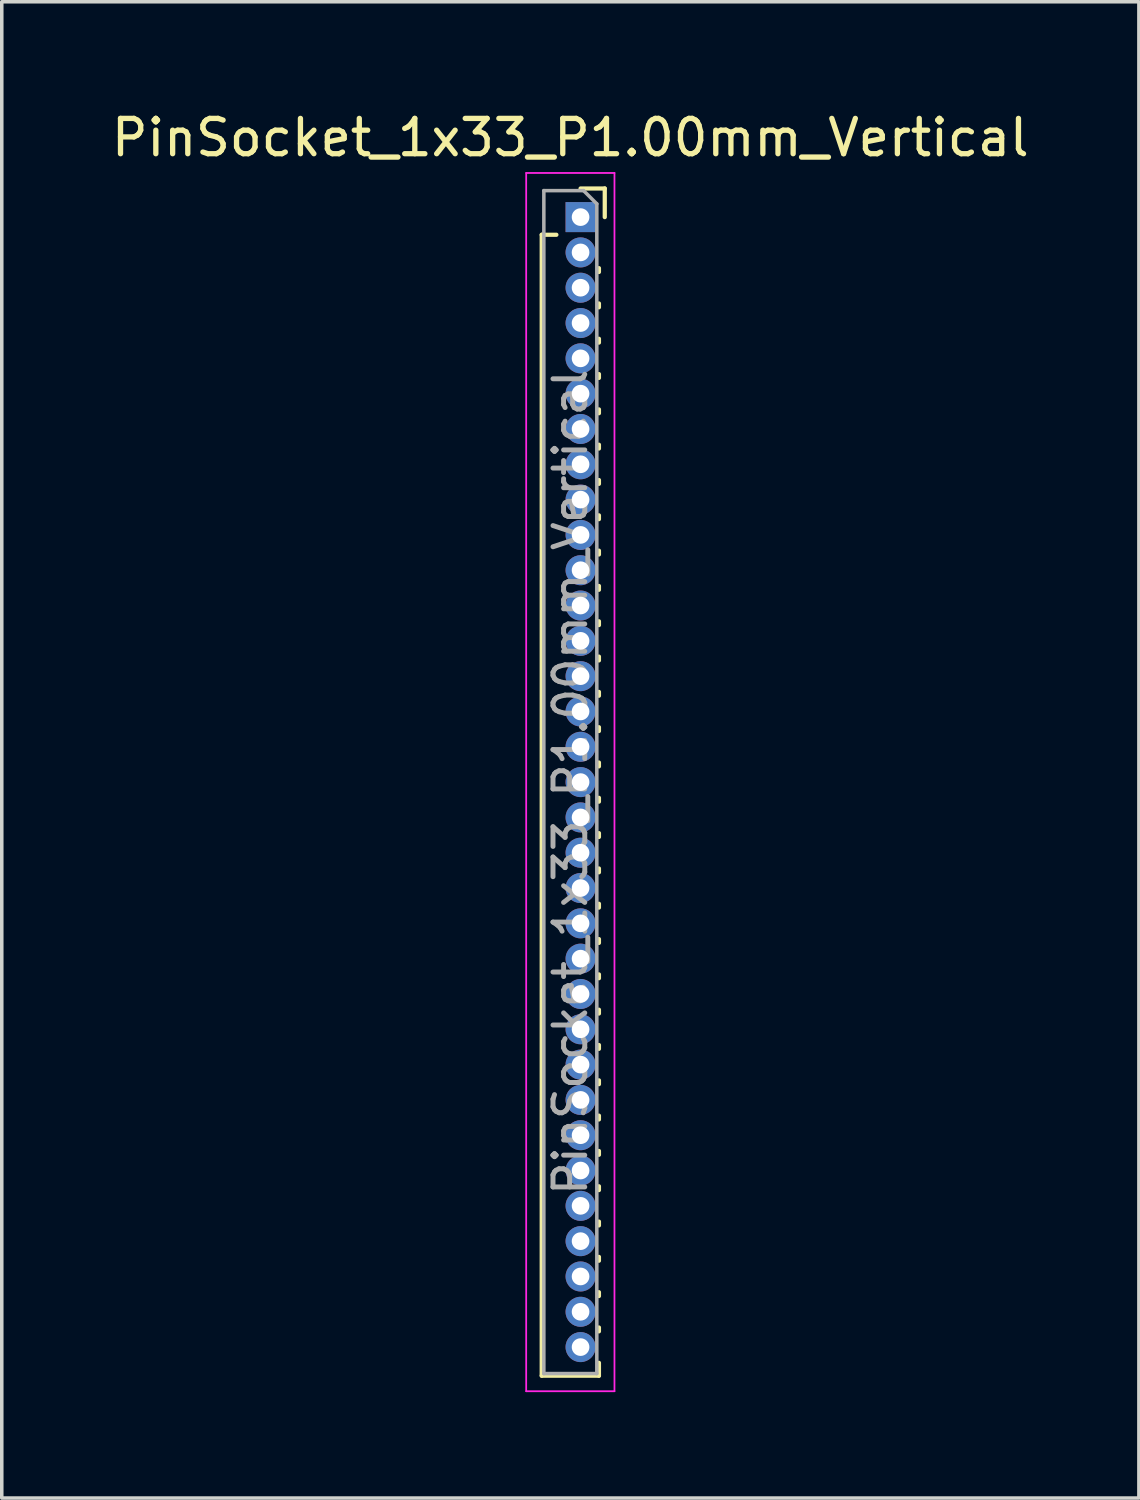
<source format=kicad_pcb>
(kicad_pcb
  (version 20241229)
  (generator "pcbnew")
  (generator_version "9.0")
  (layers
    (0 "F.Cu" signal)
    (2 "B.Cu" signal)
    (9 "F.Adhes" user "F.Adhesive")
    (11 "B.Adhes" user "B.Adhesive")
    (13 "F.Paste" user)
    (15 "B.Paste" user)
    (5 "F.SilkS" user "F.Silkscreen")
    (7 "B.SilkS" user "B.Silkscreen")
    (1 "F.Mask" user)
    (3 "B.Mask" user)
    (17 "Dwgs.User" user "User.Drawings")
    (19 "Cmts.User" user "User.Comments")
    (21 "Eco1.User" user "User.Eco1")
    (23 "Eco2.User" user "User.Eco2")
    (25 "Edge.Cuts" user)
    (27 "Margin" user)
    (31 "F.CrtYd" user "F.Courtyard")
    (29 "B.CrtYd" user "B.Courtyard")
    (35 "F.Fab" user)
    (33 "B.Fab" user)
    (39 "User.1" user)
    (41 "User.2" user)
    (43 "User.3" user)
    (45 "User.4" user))
  (footprint "PinSocket_1x33_P1.00mm_Vertical"
    (layer "F.Cu")
    (at 13.391 3.098)
    (property "Reference" "PinSocket_1x33_P1.00mm_Vertical" (at -0.29 -2.25 0) (layer "F.SilkS") (effects (font (size 1 1) (thickness 0.15))))
    (attr through_hole)
    (fp_line (start -1.1 0.5) (end -1.1 32.81) (stroke (width 0.12) (type solid)) (layer "F.SilkS"))
    (fp_line (start -1.1 0.5) (end -0.685 0.5) (stroke (width 0.12) (type solid)) (layer "F.SilkS"))
    (fp_line (start -1.1 32.81) (end 0.52 32.81) (stroke (width 0.12) (type solid)) (layer "F.SilkS"))
    (fp_line (start 0 -0.81) (end 0.685 -0.81) (stroke (width 0.12) (type solid)) (layer "F.SilkS"))
    (fp_line (start 0.52 1.446) (end 0.52 1.554) (stroke (width 0.12) (type solid)) (layer "F.SilkS"))
    (fp_line (start 0.52 2.446) (end 0.52 2.554) (stroke (width 0.12) (type solid)) (layer "F.SilkS"))
    (fp_line (start 0.52 3.446) (end 0.52 3.554) (stroke (width 0.12) (type solid)) (layer "F.SilkS"))
    (fp_line (start 0.52 4.446) (end 0.52 4.554) (stroke (width 0.12) (type solid)) (layer "F.SilkS"))
    (fp_line (start 0.52 5.446) (end 0.52 5.554) (stroke (width 0.12) (type solid)) (layer "F.SilkS"))
    (fp_line (start 0.52 6.446) (end 0.52 6.554) (stroke (width 0.12) (type solid)) (layer "F.SilkS"))
    (fp_line (start 0.52 7.446) (end 0.52 7.554) (stroke (width 0.12) (type solid)) (layer "F.SilkS"))
    (fp_line (start 0.52 8.446) (end 0.52 8.554) (stroke (width 0.12) (type solid)) (layer "F.SilkS"))
    (fp_line (start 0.52 9.446) (end 0.52 9.554) (stroke (width 0.12) (type solid)) (layer "F.SilkS"))
    (fp_line (start 0.52 10.446) (end 0.52 10.554) (stroke (width 0.12) (type solid)) (layer "F.SilkS"))
    (fp_line (start 0.52 11.446) (end 0.52 11.554) (stroke (width 0.12) (type solid)) (layer "F.SilkS"))
    (fp_line (start 0.52 12.446) (end 0.52 12.554) (stroke (width 0.12) (type solid)) (layer "F.SilkS"))
    (fp_line (start 0.52 13.446) (end 0.52 13.554) (stroke (width 0.12) (type solid)) (layer "F.SilkS"))
    (fp_line (start 0.52 14.446) (end 0.52 14.554) (stroke (width 0.12) (type solid)) (layer "F.SilkS"))
    (fp_line (start 0.52 15.446) (end 0.52 15.554) (stroke (width 0.12) (type solid)) (layer "F.SilkS"))
    (fp_line (start 0.52 16.446) (end 0.52 16.554) (stroke (width 0.12) (type solid)) (layer "F.SilkS"))
    (fp_line (start 0.52 17.446) (end 0.52 17.554) (stroke (width 0.12) (type solid)) (layer "F.SilkS"))
    (fp_line (start 0.52 18.446) (end 0.52 18.554) (stroke (width 0.12) (type solid)) (layer "F.SilkS"))
    (fp_line (start 0.52 19.446) (end 0.52 19.554) (stroke (width 0.12) (type solid)) (layer "F.SilkS"))
    (fp_line (start 0.52 20.446) (end 0.52 20.554) (stroke (width 0.12) (type solid)) (layer "F.SilkS"))
    (fp_line (start 0.52 21.446) (end 0.52 21.554) (stroke (width 0.12) (type solid)) (layer "F.SilkS"))
    (fp_line (start 0.52 22.446) (end 0.52 22.554) (stroke (width 0.12) (type solid)) (layer "F.SilkS"))
    (fp_line (start 0.52 23.446) (end 0.52 23.554) (stroke (width 0.12) (type solid)) (layer "F.SilkS"))
    (fp_line (start 0.52 24.446) (end 0.52 24.554) (stroke (width 0.12) (type solid)) (layer "F.SilkS"))
    (fp_line (start 0.52 25.446) (end 0.52 25.554) (stroke (width 0.12) (type solid)) (layer "F.SilkS"))
    (fp_line (start 0.52 26.446) (end 0.52 26.554) (stroke (width 0.12) (type solid)) (layer "F.SilkS"))
    (fp_line (start 0.52 27.446) (end 0.52 27.554) (stroke (width 0.12) (type solid)) (layer "F.SilkS"))
    (fp_line (start 0.52 28.446) (end 0.52 28.554) (stroke (width 0.12) (type solid)) (layer "F.SilkS"))
    (fp_line (start 0.52 29.446) (end 0.52 29.554) (stroke (width 0.12) (type solid)) (layer "F.SilkS"))
    (fp_line (start 0.52 30.446) (end 0.52 30.554) (stroke (width 0.12) (type solid)) (layer "F.SilkS"))
    (fp_line (start 0.52 31.446) (end 0.52 31.554) (stroke (width 0.12) (type solid)) (layer "F.SilkS"))
    (fp_line (start 0.52 32.446) (end 0.52 32.81) (stroke (width 0.12) (type solid)) (layer "F.SilkS"))
    (fp_line (start 0.685 -0.81) (end 0.685 0) (stroke (width 0.12) (type solid)) (layer "F.SilkS"))
    (fp_line (start -1.54 -1.25) (end 0.96 -1.25) (stroke (width 0.05) (type solid)) (layer "F.CrtYd"))
    (fp_line (start -1.54 33.25) (end -1.54 -1.25) (stroke (width 0.05) (type solid)) (layer "F.CrtYd"))
    (fp_line (start 0.96 -1.25) (end 0.96 33.25) (stroke (width 0.05) (type solid)) (layer "F.CrtYd"))
    (fp_line (start 0.96 33.25) (end -1.54 33.25) (stroke (width 0.05) (type solid)) (layer "F.CrtYd"))
    (fp_line (start -1.04 -0.75) (end 0.085 -0.75) (stroke (width 0.1) (type solid)) (layer "F.Fab"))
    (fp_line (start -1.04 32.75) (end -1.04 -0.75) (stroke (width 0.1) (type solid)) (layer "F.Fab"))
    (fp_line (start 0.085 -0.75) (end 0.46 -0.375) (stroke (width 0.1) (type solid)) (layer "F.Fab"))
    (fp_line (start 0.46 -0.375) (end 0.46 32.75) (stroke (width 0.1) (type solid)) (layer "F.Fab"))
    (fp_line (start 0.46 32.75) (end -1.04 32.75) (stroke (width 0.1) (type solid)) (layer "F.Fab"))
    (fp_text user "${REFERENCE}" (at -0.29 16 90) (layer "F.Fab") (effects (font (size 0.9 0.9) (thickness 0.14))))
    (pad "1" thru_hole rect (at 0 0) (size 0.85 0.85) (drill 0.5) (layers "*.Cu" "*.Mask"))
    (pad "2" thru_hole oval (at 0 1) (size 0.85 0.85) (drill 0.5) (layers "*.Cu" "*.Mask"))
    (pad "3" thru_hole oval (at 0 2) (size 0.85 0.85) (drill 0.5) (layers "*.Cu" "*.Mask"))
    (pad "4" thru_hole oval (at 0 3) (size 0.85 0.85) (drill 0.5) (layers "*.Cu" "*.Mask"))
    (pad "5" thru_hole oval (at 0 4) (size 0.85 0.85) (drill 0.5) (layers "*.Cu" "*.Mask"))
    (pad "6" thru_hole oval (at 0 5) (size 0.85 0.85) (drill 0.5) (layers "*.Cu" "*.Mask"))
    (pad "7" thru_hole oval (at 0 6) (size 0.85 0.85) (drill 0.5) (layers "*.Cu" "*.Mask"))
    (pad "8" thru_hole oval (at 0 7) (size 0.85 0.85) (drill 0.5) (layers "*.Cu" "*.Mask"))
    (pad "9" thru_hole oval (at 0 8) (size 0.85 0.85) (drill 0.5) (layers "*.Cu" "*.Mask"))
    (pad "10" thru_hole oval (at 0 9) (size 0.85 0.85) (drill 0.5) (layers "*.Cu" "*.Mask"))
    (pad "11" thru_hole oval (at 0 10) (size 0.85 0.85) (drill 0.5) (layers "*.Cu" "*.Mask"))
    (pad "12" thru_hole oval (at 0 11) (size 0.85 0.85) (drill 0.5) (layers "*.Cu" "*.Mask"))
    (pad "13" thru_hole oval (at 0 12) (size 0.85 0.85) (drill 0.5) (layers "*.Cu" "*.Mask"))
    (pad "14" thru_hole oval (at 0 13) (size 0.85 0.85) (drill 0.5) (layers "*.Cu" "*.Mask"))
    (pad "15" thru_hole oval (at 0 14) (size 0.85 0.85) (drill 0.5) (layers "*.Cu" "*.Mask"))
    (pad "16" thru_hole oval (at 0 15) (size 0.85 0.85) (drill 0.5) (layers "*.Cu" "*.Mask"))
    (pad "17" thru_hole oval (at 0 16) (size 0.85 0.85) (drill 0.5) (layers "*.Cu" "*.Mask"))
    (pad "18" thru_hole oval (at 0 17) (size 0.85 0.85) (drill 0.5) (layers "*.Cu" "*.Mask"))
    (pad "19" thru_hole oval (at 0 18) (size 0.85 0.85) (drill 0.5) (layers "*.Cu" "*.Mask"))
    (pad "20" thru_hole oval (at 0 19) (size 0.85 0.85) (drill 0.5) (layers "*.Cu" "*.Mask"))
    (pad "21" thru_hole oval (at 0 20) (size 0.85 0.85) (drill 0.5) (layers "*.Cu" "*.Mask"))
    (pad "22" thru_hole oval (at 0 21) (size 0.85 0.85) (drill 0.5) (layers "*.Cu" "*.Mask"))
    (pad "23" thru_hole oval (at 0 22) (size 0.85 0.85) (drill 0.5) (layers "*.Cu" "*.Mask"))
    (pad "24" thru_hole oval (at 0 23) (size 0.85 0.85) (drill 0.5) (layers "*.Cu" "*.Mask"))
    (pad "25" thru_hole oval (at 0 24) (size 0.85 0.85) (drill 0.5) (layers "*.Cu" "*.Mask"))
    (pad "26" thru_hole oval (at 0 25) (size 0.85 0.85) (drill 0.5) (layers "*.Cu" "*.Mask"))
    (pad "27" thru_hole oval (at 0 26) (size 0.85 0.85) (drill 0.5) (layers "*.Cu" "*.Mask"))
    (pad "28" thru_hole oval (at 0 27) (size 0.85 0.85) (drill 0.5) (layers "*.Cu" "*.Mask"))
    (pad "29" thru_hole oval (at 0 28) (size 0.85 0.85) (drill 0.5) (layers "*.Cu" "*.Mask"))
    (pad "30" thru_hole oval (at 0 29) (size 0.85 0.85) (drill 0.5) (layers "*.Cu" "*.Mask"))
    (pad "31" thru_hole oval (at 0 30) (size 0.85 0.85) (drill 0.5) (layers "*.Cu" "*.Mask"))
    (pad "32" thru_hole oval (at 0 31) (size 0.85 0.85) (drill 0.5) (layers "*.Cu" "*.Mask"))
    (pad "33" thru_hole oval (at 0 32) (size 0.85 0.85) (drill 0.5) (layers "*.Cu" "*.Mask")))
  (gr_rect
    (start -3 -3)
    (end 29.202 39.373)
    (stroke (width 0.1) (type default))
    (fill no)
    (layer "Edge.Cuts")))
</source>
